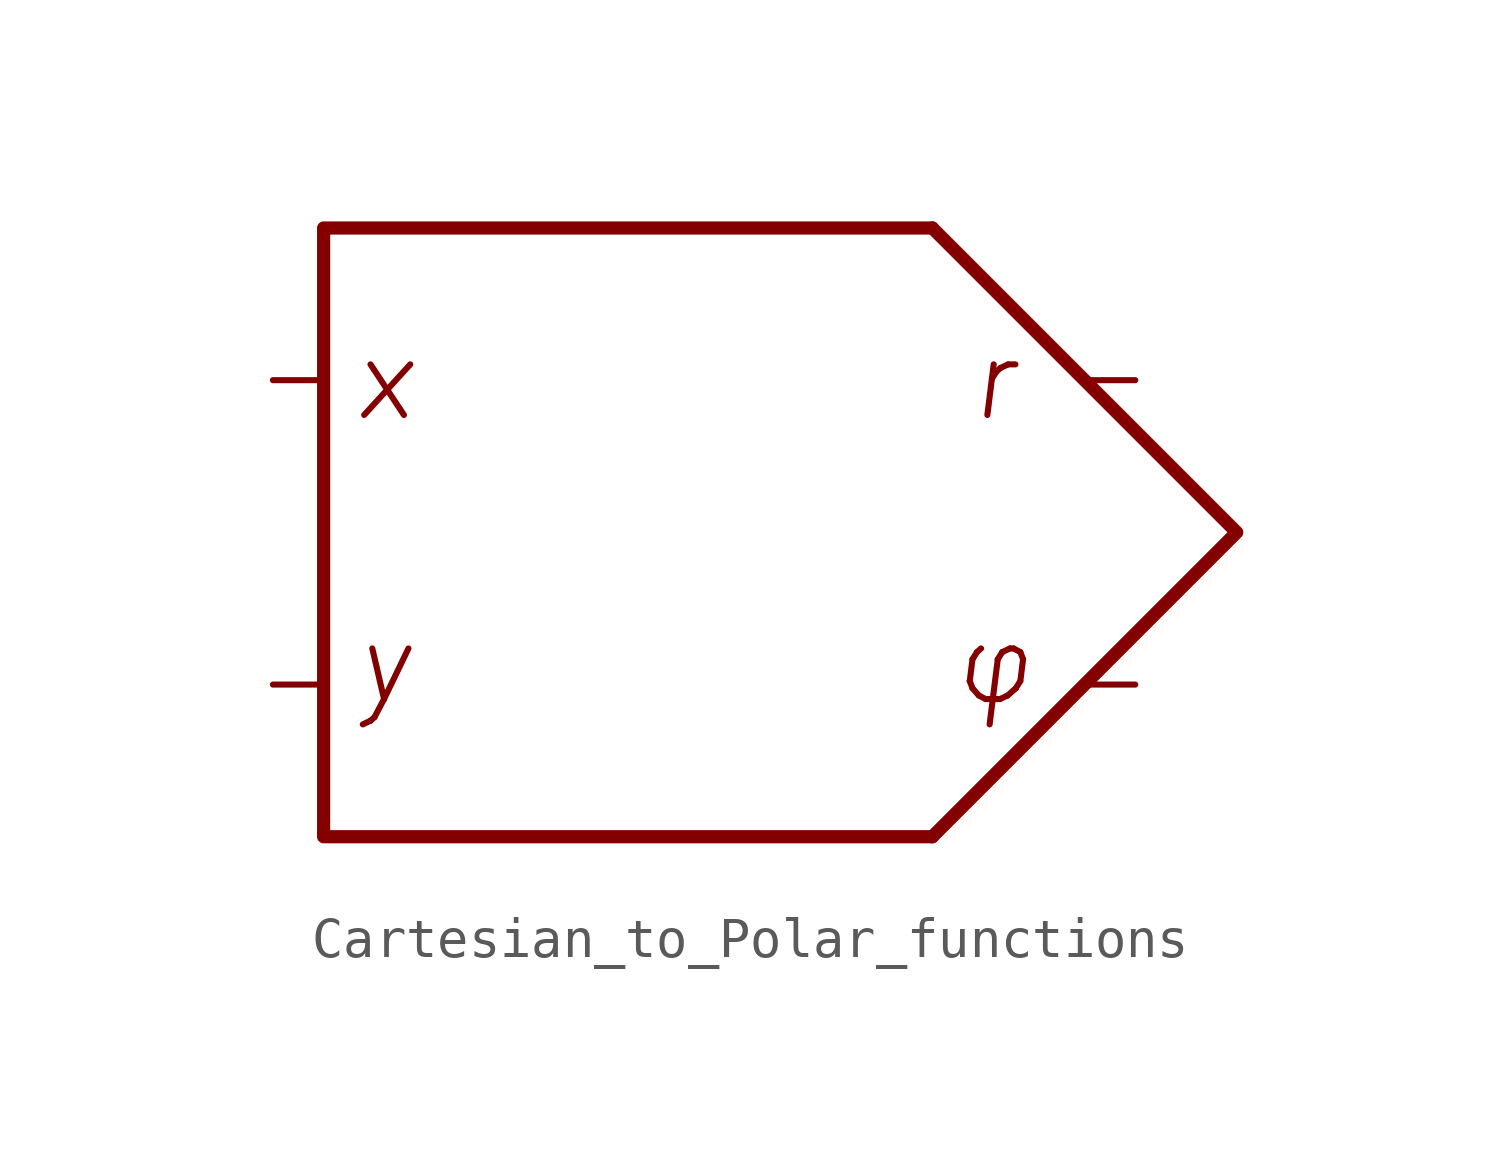
<source format=kicad_sym>
(kicad_symbol_lib
  (version 20211014)
  (generator kicad_symbol_editor)
  (symbol "Cartesian_to_Polar_functions"
    (property "Reference" "U"
      (at 8.128 12.7 0)
      (effects (font (size 1.27 1.27)) hide))
    (symbol "Cartesian_to_Polar_functions_0_0"
      (polyline (pts (xy 0 7.62) (xy -15.24 7.62) (xy -15.24 -7.62) (xy 0 -7.62)) (stroke (width 0.33) (type default) (color 0 0 0 0)) (fill (type none)))
      (text "r" (at 1.524 3.81 0) (effects (font (size 1.9 1.9) italic)))
      (text "x" (at -13.716 3.81 0) (effects (font (size 1.9 1.9) italic)))
      (text "y" (at -13.716 -3.302 0) (effects (font (size 1.9 1.9) italic)))
      (text "φ" (at 1.524 -3.302 0) (effects (font (size 1.9 1.9) italic))))
    (symbol "Cartesian_to_Polar_functions_0_1"
      (polyline (pts (xy 0 7.62) (xy 7.62 0) (xy 0 -7.62)) (stroke (width 0.33) (type default) (color 0 0 0 0)) (fill (type none))))
    (symbol "Cartesian_to_Polar_functions_1_1"
      (pin input line (at -16.51 -3.81 0) (length 1.27) (name "" (effects (font (size 1.27 1.27)))) (number "" (effects (font (size 1.27 1.27)))))
      (pin input line (at -16.51 3.81 0) (length 1.27) (name "" (effects (font (size 1.27 1.27)))) (number "" (effects (font (size 1.27 1.27)))))
      (pin output line (at 5.08 -3.81 180) (length 1.27) (name "" (effects (font (size 1.27 1.27)))) (number "" (effects (font (size 1.27 1.27)))))
      (pin output line (at 5.08 3.81 180) (length 1.27) (name "" (effects (font (size 1.27 1.27)))) (number "" (effects (font (size 1.27 1.27))))))))
</source>
